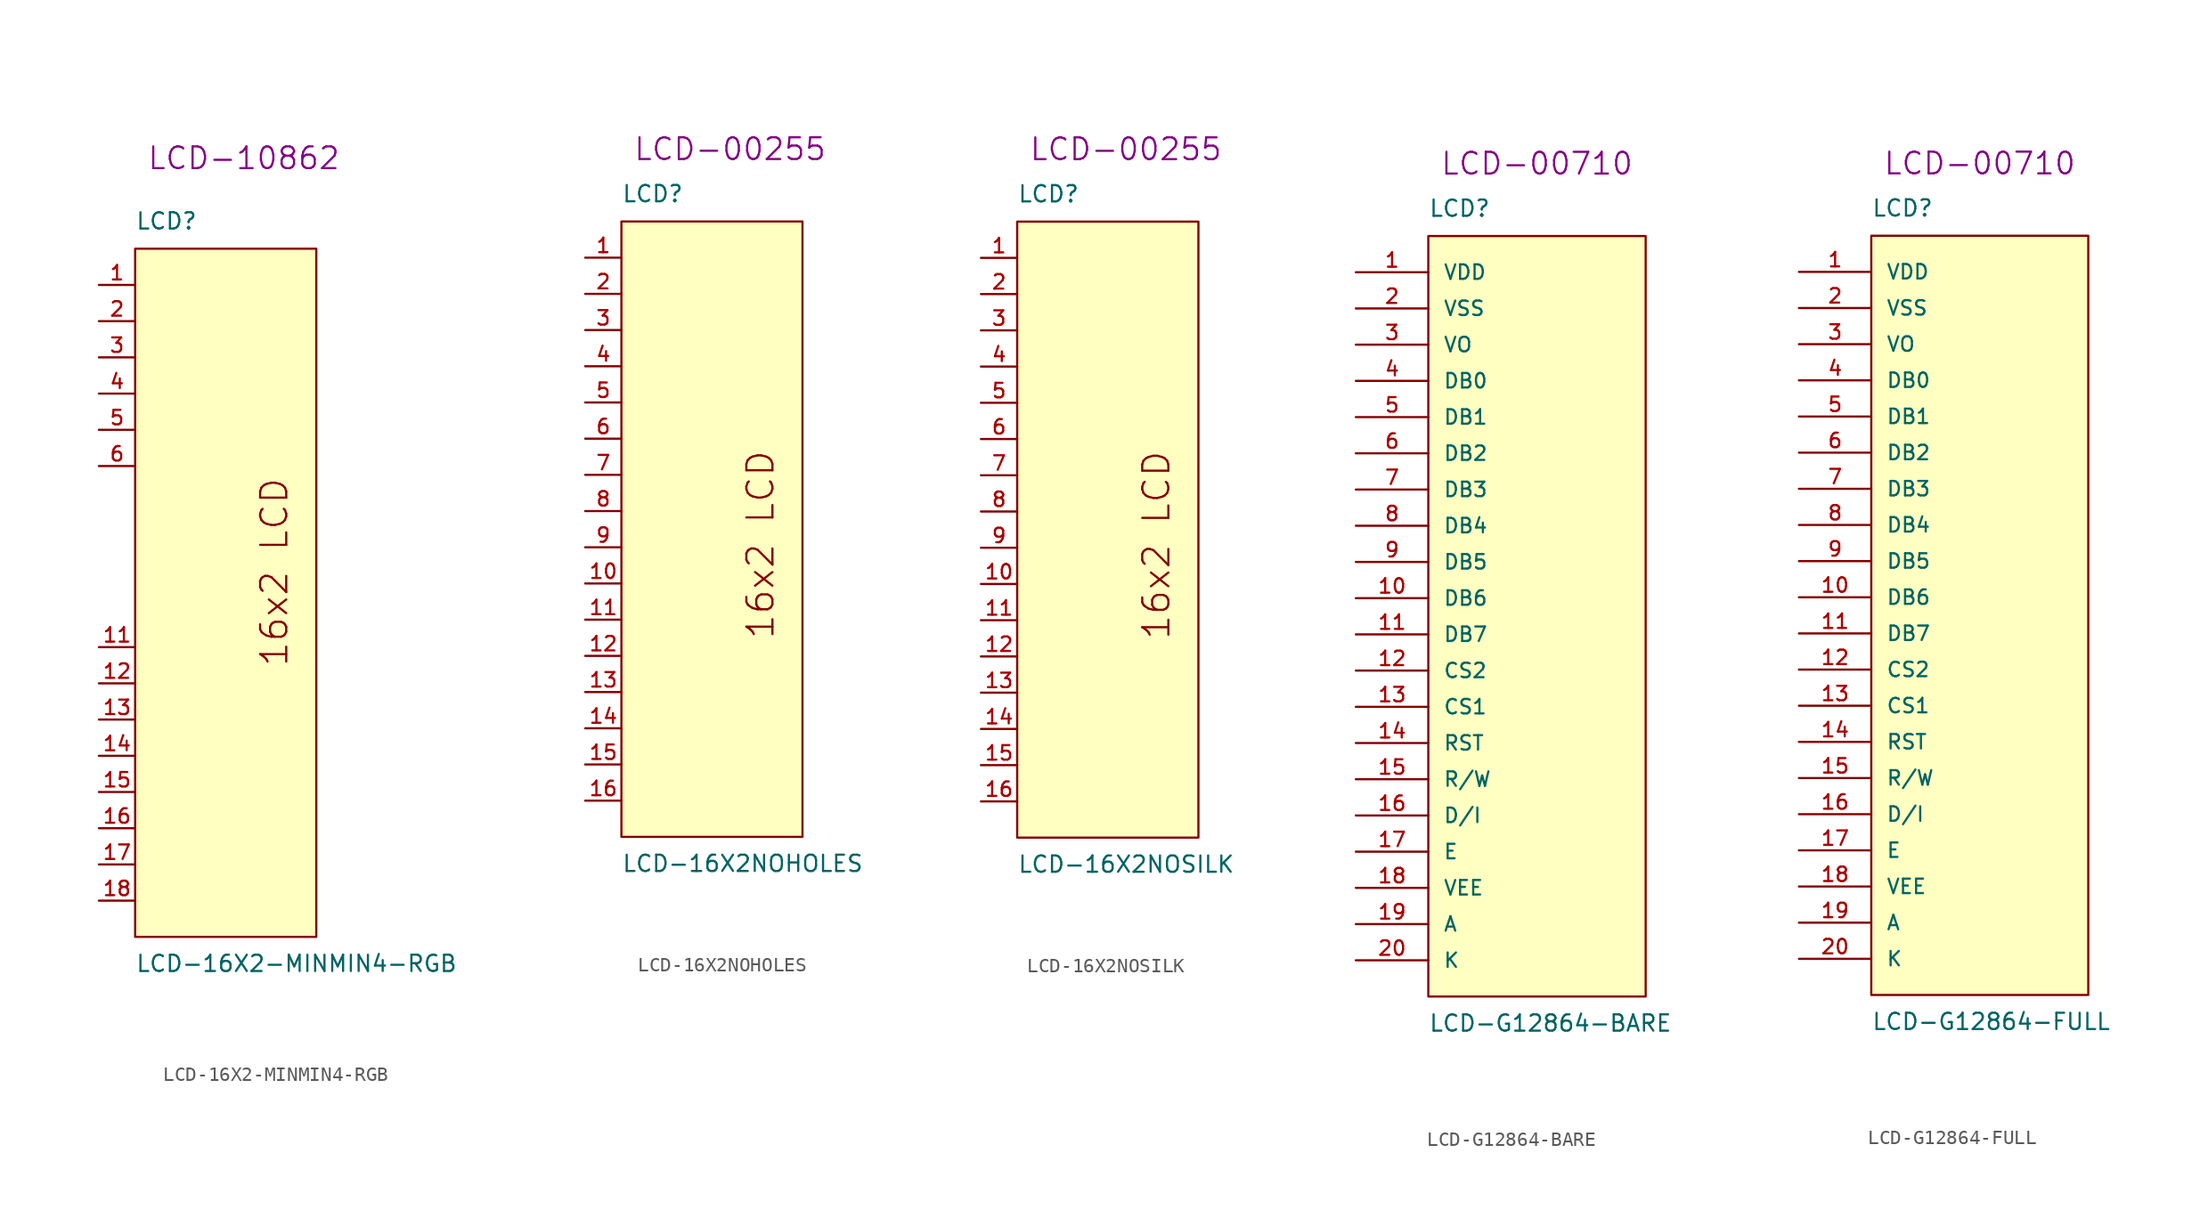
<source format=kicad_sym>
(kicad_symbol_lib
  (version 20220914)
  (generator kicad_symbol_editor)
  (symbol "LCD-16X2-MINMIN4-RGB"
    (pin_names
      (offset 1.016) hide)
    (property "Reference" "LCD"
      (at -7.62 24.13 0)
      (effects (font (size 1.143 1.143)) (justify left bottom)))
    (property "Value" "LCD-16X2-MINMIN4-RGB"
      (at -7.62 -27.94 0)
      (effects (font (size 1.143 1.143)) (justify left bottom)))
    (property "Field4" "LCD-10862"
      (at 0 29.21 0)
      (effects (font (size 1.524 1.524))))
    (property "ki_locked" ""
      (at 0 0 0)
      (effects (font (size 1.27 1.27))))
    (symbol "LCD-16X2-MINMIN4-RGB_1_0"
      (text "16x2 LCD" (at 2.134 0.178 900) (effects (font (size 1.829 1.829)))))
    (symbol "LCD-16X2-MINMIN4-RGB_1_1"
      (polyline (pts (xy -7.62 22.86) (xy -7.62 -25.4) (xy 5.08 -25.4) (xy 5.08 22.86) (xy -7.62 22.86)) (stroke (width 0) (type solid)) (fill (type background)))
      (pin power_in line (at -10.16 20.32 0) (length 2.54) (name "VSS" (effects (font (size 1.016 1.016)))) (number "1" (effects (font (size 1.016 1.016)))))
      (pin bidirectional line (at -10.16 -5.08 0) (length 2.54) (name "DB4" (effects (font (size 1.016 1.016)))) (number "11" (effects (font (size 1.016 1.016)))))
      (pin bidirectional line (at -10.16 -7.62 0) (length 2.54) (name "DB5" (effects (font (size 1.016 1.016)))) (number "12" (effects (font (size 1.016 1.016)))))
      (pin bidirectional line (at -10.16 -10.16 0) (length 2.54) (name "DB6" (effects (font (size 1.016 1.016)))) (number "13" (effects (font (size 1.016 1.016)))))
      (pin bidirectional line (at -10.16 -12.7 0) (length 2.54) (name "DB7" (effects (font (size 1.016 1.016)))) (number "14" (effects (font (size 1.016 1.016)))))
      (pin power_in line (at -10.16 -15.24 0) (length 2.54) (name "A/K" (effects (font (size 1.016 1.016)))) (number "15" (effects (font (size 1.016 1.016)))))
      (pin power_in line (at -10.16 -17.78 0) (length 2.54) (name "K/RED" (effects (font (size 1.016 1.016)))) (number "16" (effects (font (size 1.016 1.016)))))
      (pin power_in line (at -10.16 -20.32 0) (length 2.54) (name "GRN" (effects (font (size 1.016 1.016)))) (number "17" (effects (font (size 1.016 1.016)))))
      (pin power_in line (at -10.16 -22.86 0) (length 2.54) (name "BLU" (effects (font (size 1.016 1.016)))) (number "18" (effects (font (size 1.016 1.016)))))
      (pin power_in line (at -10.16 17.78 0) (length 2.54) (name "VDD" (effects (font (size 1.016 1.016)))) (number "2" (effects (font (size 1.016 1.016)))))
      (pin bidirectional line (at -10.16 15.24 0) (length 2.54) (name "VO" (effects (font (size 1.016 1.016)))) (number "3" (effects (font (size 1.016 1.016)))))
      (pin input line (at -10.16 12.7 0) (length 2.54) (name "RS" (effects (font (size 1.016 1.016)))) (number "4" (effects (font (size 1.016 1.016)))))
      (pin input line (at -10.16 10.16 0) (length 2.54) (name "R/W" (effects (font (size 1.016 1.016)))) (number "5" (effects (font (size 1.016 1.016)))))
      (pin input line (at -10.16 7.62 0) (length 2.54) (name "E" (effects (font (size 1.016 1.016)))) (number "6" (effects (font (size 1.016 1.016)))))))
  (symbol "LCD-16X2NOHOLES"
    (pin_names
      (offset 1.016) hide)
    (property "Reference" "LCD"
      (at -7.62 24.13 0)
      (effects (font (size 1.143 1.143)) (justify left bottom)))
    (property "Value" "LCD-16X2NOHOLES"
      (at -7.62 -22.86 0)
      (effects (font (size 1.143 1.143)) (justify left bottom)))
    (property "Field4" "LCD-00255"
      (at 0 27.94 0)
      (effects (font (size 1.524 1.524))))
    (property "ki_locked" ""
      (at 0 0 0)
      (effects (font (size 1.27 1.27))))
    (symbol "LCD-16X2NOHOLES_1_0"
      (text "16x2 LCD" (at 2.134 0.178 900) (effects (font (size 1.829 1.829)))))
    (symbol "LCD-16X2NOHOLES_1_1"
      (polyline (pts (xy -7.62 22.86) (xy -7.62 -20.32) (xy 5.08 -20.32) (xy 5.08 22.86) (xy -7.62 22.86)) (stroke (width 0) (type solid)) (fill (type background)))
      (pin power_in line (at -10.16 20.32 0) (length 2.54) (name "VSS" (effects (font (size 1.016 1.016)))) (number "1" (effects (font (size 1.016 1.016)))))
      (pin bidirectional line (at -10.16 -2.54 0) (length 2.54) (name "DB3" (effects (font (size 1.016 1.016)))) (number "10" (effects (font (size 1.016 1.016)))))
      (pin bidirectional line (at -10.16 -5.08 0) (length 2.54) (name "DB4" (effects (font (size 1.016 1.016)))) (number "11" (effects (font (size 1.016 1.016)))))
      (pin bidirectional line (at -10.16 -7.62 0) (length 2.54) (name "DB5" (effects (font (size 1.016 1.016)))) (number "12" (effects (font (size 1.016 1.016)))))
      (pin bidirectional line (at -10.16 -10.16 0) (length 2.54) (name "DB6" (effects (font (size 1.016 1.016)))) (number "13" (effects (font (size 1.016 1.016)))))
      (pin bidirectional line (at -10.16 -12.7 0) (length 2.54) (name "DB7" (effects (font (size 1.016 1.016)))) (number "14" (effects (font (size 1.016 1.016)))))
      (pin power_in line (at -10.16 -15.24 0) (length 2.54) (name "A" (effects (font (size 1.016 1.016)))) (number "15" (effects (font (size 1.016 1.016)))))
      (pin power_in line (at -10.16 -17.78 0) (length 2.54) (name "K" (effects (font (size 1.016 1.016)))) (number "16" (effects (font (size 1.016 1.016)))))
      (pin power_in line (at -10.16 17.78 0) (length 2.54) (name "VDD" (effects (font (size 1.016 1.016)))) (number "2" (effects (font (size 1.016 1.016)))))
      (pin bidirectional line (at -10.16 15.24 0) (length 2.54) (name "VO" (effects (font (size 1.016 1.016)))) (number "3" (effects (font (size 1.016 1.016)))))
      (pin input line (at -10.16 12.7 0) (length 2.54) (name "RS" (effects (font (size 1.016 1.016)))) (number "4" (effects (font (size 1.016 1.016)))))
      (pin input line (at -10.16 10.16 0) (length 2.54) (name "R/W" (effects (font (size 1.016 1.016)))) (number "5" (effects (font (size 1.016 1.016)))))
      (pin input line (at -10.16 7.62 0) (length 2.54) (name "E" (effects (font (size 1.016 1.016)))) (number "6" (effects (font (size 1.016 1.016)))))
      (pin bidirectional line (at -10.16 5.08 0) (length 2.54) (name "DB0" (effects (font (size 1.016 1.016)))) (number "7" (effects (font (size 1.016 1.016)))))
      (pin bidirectional line (at -10.16 2.54 0) (length 2.54) (name "DB1" (effects (font (size 1.016 1.016)))) (number "8" (effects (font (size 1.016 1.016)))))
      (pin bidirectional line (at -10.16 0 0) (length 2.54) (name "DB2" (effects (font (size 1.016 1.016)))) (number "9" (effects (font (size 1.016 1.016)))))))
  (symbol "LCD-16X2NOSILK"
    (pin_names
      (offset 1.016) hide)
    (property "Reference" "LCD"
      (at -7.62 24.13 0)
      (effects (font (size 1.143 1.143)) (justify left bottom)))
    (property "Value" "LCD-16X2NOSILK"
      (at -7.62 -22.86 0)
      (effects (font (size 1.143 1.143)) (justify left bottom)))
    (property "Field4" "LCD-00255"
      (at 0 27.94 0)
      (effects (font (size 1.524 1.524))))
    (property "ki_locked" ""
      (at 0 0 0)
      (effects (font (size 1.27 1.27))))
    (symbol "LCD-16X2NOSILK_1_0"
      (text "16x2 LCD" (at 2.134 0.178 900) (effects (font (size 1.829 1.829)))))
    (symbol "LCD-16X2NOSILK_1_1"
      (polyline (pts (xy -7.62 22.86) (xy -7.62 -20.32) (xy 5.08 -20.32) (xy 5.08 22.86) (xy -7.62 22.86)) (stroke (width 0) (type solid)) (fill (type background)))
      (pin power_in line (at -10.16 20.32 0) (length 2.54) (name "VSS" (effects (font (size 1.016 1.016)))) (number "1" (effects (font (size 1.016 1.016)))))
      (pin bidirectional line (at -10.16 -2.54 0) (length 2.54) (name "DB3" (effects (font (size 1.016 1.016)))) (number "10" (effects (font (size 1.016 1.016)))))
      (pin bidirectional line (at -10.16 -5.08 0) (length 2.54) (name "DB4" (effects (font (size 1.016 1.016)))) (number "11" (effects (font (size 1.016 1.016)))))
      (pin bidirectional line (at -10.16 -7.62 0) (length 2.54) (name "DB5" (effects (font (size 1.016 1.016)))) (number "12" (effects (font (size 1.016 1.016)))))
      (pin bidirectional line (at -10.16 -10.16 0) (length 2.54) (name "DB6" (effects (font (size 1.016 1.016)))) (number "13" (effects (font (size 1.016 1.016)))))
      (pin bidirectional line (at -10.16 -12.7 0) (length 2.54) (name "DB7" (effects (font (size 1.016 1.016)))) (number "14" (effects (font (size 1.016 1.016)))))
      (pin power_in line (at -10.16 -15.24 0) (length 2.54) (name "A" (effects (font (size 1.016 1.016)))) (number "15" (effects (font (size 1.016 1.016)))))
      (pin power_in line (at -10.16 -17.78 0) (length 2.54) (name "K" (effects (font (size 1.016 1.016)))) (number "16" (effects (font (size 1.016 1.016)))))
      (pin power_in line (at -10.16 17.78 0) (length 2.54) (name "VDD" (effects (font (size 1.016 1.016)))) (number "2" (effects (font (size 1.016 1.016)))))
      (pin bidirectional line (at -10.16 15.24 0) (length 2.54) (name "VO" (effects (font (size 1.016 1.016)))) (number "3" (effects (font (size 1.016 1.016)))))
      (pin input line (at -10.16 12.7 0) (length 2.54) (name "RS" (effects (font (size 1.016 1.016)))) (number "4" (effects (font (size 1.016 1.016)))))
      (pin input line (at -10.16 10.16 0) (length 2.54) (name "R/W" (effects (font (size 1.016 1.016)))) (number "5" (effects (font (size 1.016 1.016)))))
      (pin input line (at -10.16 7.62 0) (length 2.54) (name "E" (effects (font (size 1.016 1.016)))) (number "6" (effects (font (size 1.016 1.016)))))
      (pin bidirectional line (at -10.16 5.08 0) (length 2.54) (name "DB0" (effects (font (size 1.016 1.016)))) (number "7" (effects (font (size 1.016 1.016)))))
      (pin bidirectional line (at -10.16 2.54 0) (length 2.54) (name "DB1" (effects (font (size 1.016 1.016)))) (number "8" (effects (font (size 1.016 1.016)))))
      (pin bidirectional line (at -10.16 0 0) (length 2.54) (name "DB2" (effects (font (size 1.016 1.016)))) (number "9" (effects (font (size 1.016 1.016)))))))
  (symbol "LCD-G12864-BARE"
    (pin_names
      (offset 1.016))
    (property "Reference" "LCD"
      (at -7.62 26.67 0)
      (effects (font (size 1.143 1.143)) (justify left bottom)))
    (property "Value" "LCD-G12864-BARE"
      (at -7.62 -30.48 0)
      (effects (font (size 1.143 1.143)) (justify left bottom)))
    (property "Field4" "LCD-00710"
      (at 0 30.48 0)
      (effects (font (size 1.524 1.524))))
    (property "ki_locked" ""
      (at 0 0 0)
      (effects (font (size 1.27 1.27))))
    (symbol "LCD-G12864-BARE_1_1"
      (polyline (pts (xy -7.62 25.4) (xy -7.62 -27.94) (xy 7.62 -27.94) (xy 7.62 25.4) (xy -7.62 25.4)) (stroke (width 0) (type solid)) (fill (type background)))
      (pin power_in line (at -12.7 22.86 0) (length 5.08) (name "VDD" (effects (font (size 1.016 1.016)))) (number "1" (effects (font (size 1.016 1.016)))))
      (pin bidirectional line (at -12.7 0 0) (length 5.08) (name "DB6" (effects (font (size 1.016 1.016)))) (number "10" (effects (font (size 1.016 1.016)))))
      (pin bidirectional line (at -12.7 -2.54 0) (length 5.08) (name "DB7" (effects (font (size 1.016 1.016)))) (number "11" (effects (font (size 1.016 1.016)))))
      (pin input line (at -12.7 -5.08 0) (length 5.08) (name "CS2" (effects (font (size 1.016 1.016)))) (number "12" (effects (font (size 1.016 1.016)))))
      (pin input line (at -12.7 -7.62 0) (length 5.08) (name "CS1" (effects (font (size 1.016 1.016)))) (number "13" (effects (font (size 1.016 1.016)))))
      (pin input line (at -12.7 -10.16 0) (length 5.08) (name "RST" (effects (font (size 1.016 1.016)))) (number "14" (effects (font (size 1.016 1.016)))))
      (pin input line (at -12.7 -12.7 0) (length 5.08) (name "R/W" (effects (font (size 1.016 1.016)))) (number "15" (effects (font (size 1.016 1.016)))))
      (pin input line (at -12.7 -15.24 0) (length 5.08) (name "D/I" (effects (font (size 1.016 1.016)))) (number "16" (effects (font (size 1.016 1.016)))))
      (pin input line (at -12.7 -17.78 0) (length 5.08) (name "E" (effects (font (size 1.016 1.016)))) (number "17" (effects (font (size 1.016 1.016)))))
      (pin bidirectional line (at -12.7 -20.32 0) (length 5.08) (name "VEE" (effects (font (size 1.016 1.016)))) (number "18" (effects (font (size 1.016 1.016)))))
      (pin power_in line (at -12.7 -22.86 0) (length 5.08) (name "A" (effects (font (size 1.016 1.016)))) (number "19" (effects (font (size 1.016 1.016)))))
      (pin power_in line (at -12.7 20.32 0) (length 5.08) (name "VSS" (effects (font (size 1.016 1.016)))) (number "2" (effects (font (size 1.016 1.016)))))
      (pin power_in line (at -12.7 -25.4 0) (length 5.08) (name "K" (effects (font (size 1.016 1.016)))) (number "20" (effects (font (size 1.016 1.016)))))
      (pin bidirectional line (at -12.7 17.78 0) (length 5.08) (name "VO" (effects (font (size 1.016 1.016)))) (number "3" (effects (font (size 1.016 1.016)))))
      (pin bidirectional line (at -12.7 15.24 0) (length 5.08) (name "DB0" (effects (font (size 1.016 1.016)))) (number "4" (effects (font (size 1.016 1.016)))))
      (pin bidirectional line (at -12.7 12.7 0) (length 5.08) (name "DB1" (effects (font (size 1.016 1.016)))) (number "5" (effects (font (size 1.016 1.016)))))
      (pin bidirectional line (at -12.7 10.16 0) (length 5.08) (name "DB2" (effects (font (size 1.016 1.016)))) (number "6" (effects (font (size 1.016 1.016)))))
      (pin bidirectional line (at -12.7 7.62 0) (length 5.08) (name "DB3" (effects (font (size 1.016 1.016)))) (number "7" (effects (font (size 1.016 1.016)))))
      (pin bidirectional line (at -12.7 5.08 0) (length 5.08) (name "DB4" (effects (font (size 1.016 1.016)))) (number "8" (effects (font (size 1.016 1.016)))))
      (pin bidirectional line (at -12.7 2.54 0) (length 5.08) (name "DB5" (effects (font (size 1.016 1.016)))) (number "9" (effects (font (size 1.016 1.016)))))))
  (symbol "LCD-G12864-FULL"
    (pin_names
      (offset 1.016))
    (property "Reference" "LCD"
      (at -7.62 26.67 0)
      (effects (font (size 1.143 1.143)) (justify left bottom)))
    (property "Value" "LCD-G12864-FULL"
      (at -7.62 -30.48 0)
      (effects (font (size 1.143 1.143)) (justify left bottom)))
    (property "Field4" "LCD-00710"
      (at 0 30.48 0)
      (effects (font (size 1.524 1.524))))
    (property "ki_locked" ""
      (at 0 0 0)
      (effects (font (size 1.27 1.27))))
    (symbol "LCD-G12864-FULL_1_1"
      (polyline (pts (xy -7.62 25.4) (xy -7.62 -27.94) (xy 7.62 -27.94) (xy 7.62 25.4) (xy -7.62 25.4)) (stroke (width 0) (type solid)) (fill (type background)))
      (pin power_in line (at -12.7 22.86 0) (length 5.08) (name "VDD" (effects (font (size 1.016 1.016)))) (number "1" (effects (font (size 1.016 1.016)))))
      (pin bidirectional line (at -12.7 0 0) (length 5.08) (name "DB6" (effects (font (size 1.016 1.016)))) (number "10" (effects (font (size 1.016 1.016)))))
      (pin bidirectional line (at -12.7 -2.54 0) (length 5.08) (name "DB7" (effects (font (size 1.016 1.016)))) (number "11" (effects (font (size 1.016 1.016)))))
      (pin input line (at -12.7 -5.08 0) (length 5.08) (name "CS2" (effects (font (size 1.016 1.016)))) (number "12" (effects (font (size 1.016 1.016)))))
      (pin input line (at -12.7 -7.62 0) (length 5.08) (name "CS1" (effects (font (size 1.016 1.016)))) (number "13" (effects (font (size 1.016 1.016)))))
      (pin input line (at -12.7 -10.16 0) (length 5.08) (name "RST" (effects (font (size 1.016 1.016)))) (number "14" (effects (font (size 1.016 1.016)))))
      (pin input line (at -12.7 -12.7 0) (length 5.08) (name "R/W" (effects (font (size 1.016 1.016)))) (number "15" (effects (font (size 1.016 1.016)))))
      (pin input line (at -12.7 -15.24 0) (length 5.08) (name "D/I" (effects (font (size 1.016 1.016)))) (number "16" (effects (font (size 1.016 1.016)))))
      (pin input line (at -12.7 -17.78 0) (length 5.08) (name "E" (effects (font (size 1.016 1.016)))) (number "17" (effects (font (size 1.016 1.016)))))
      (pin bidirectional line (at -12.7 -20.32 0) (length 5.08) (name "VEE" (effects (font (size 1.016 1.016)))) (number "18" (effects (font (size 1.016 1.016)))))
      (pin power_in line (at -12.7 -22.86 0) (length 5.08) (name "A" (effects (font (size 1.016 1.016)))) (number "19" (effects (font (size 1.016 1.016)))))
      (pin power_in line (at -12.7 20.32 0) (length 5.08) (name "VSS" (effects (font (size 1.016 1.016)))) (number "2" (effects (font (size 1.016 1.016)))))
      (pin power_in line (at -12.7 -25.4 0) (length 5.08) (name "K" (effects (font (size 1.016 1.016)))) (number "20" (effects (font (size 1.016 1.016)))))
      (pin bidirectional line (at -12.7 17.78 0) (length 5.08) (name "VO" (effects (font (size 1.016 1.016)))) (number "3" (effects (font (size 1.016 1.016)))))
      (pin bidirectional line (at -12.7 15.24 0) (length 5.08) (name "DB0" (effects (font (size 1.016 1.016)))) (number "4" (effects (font (size 1.016 1.016)))))
      (pin bidirectional line (at -12.7 12.7 0) (length 5.08) (name "DB1" (effects (font (size 1.016 1.016)))) (number "5" (effects (font (size 1.016 1.016)))))
      (pin bidirectional line (at -12.7 10.16 0) (length 5.08) (name "DB2" (effects (font (size 1.016 1.016)))) (number "6" (effects (font (size 1.016 1.016)))))
      (pin bidirectional line (at -12.7 7.62 0) (length 5.08) (name "DB3" (effects (font (size 1.016 1.016)))) (number "7" (effects (font (size 1.016 1.016)))))
      (pin bidirectional line (at -12.7 5.08 0) (length 5.08) (name "DB4" (effects (font (size 1.016 1.016)))) (number "8" (effects (font (size 1.016 1.016)))))
      (pin bidirectional line (at -12.7 2.54 0) (length 5.08) (name "DB5" (effects (font (size 1.016 1.016)))) (number "9" (effects (font (size 1.016 1.016))))))))
</source>
